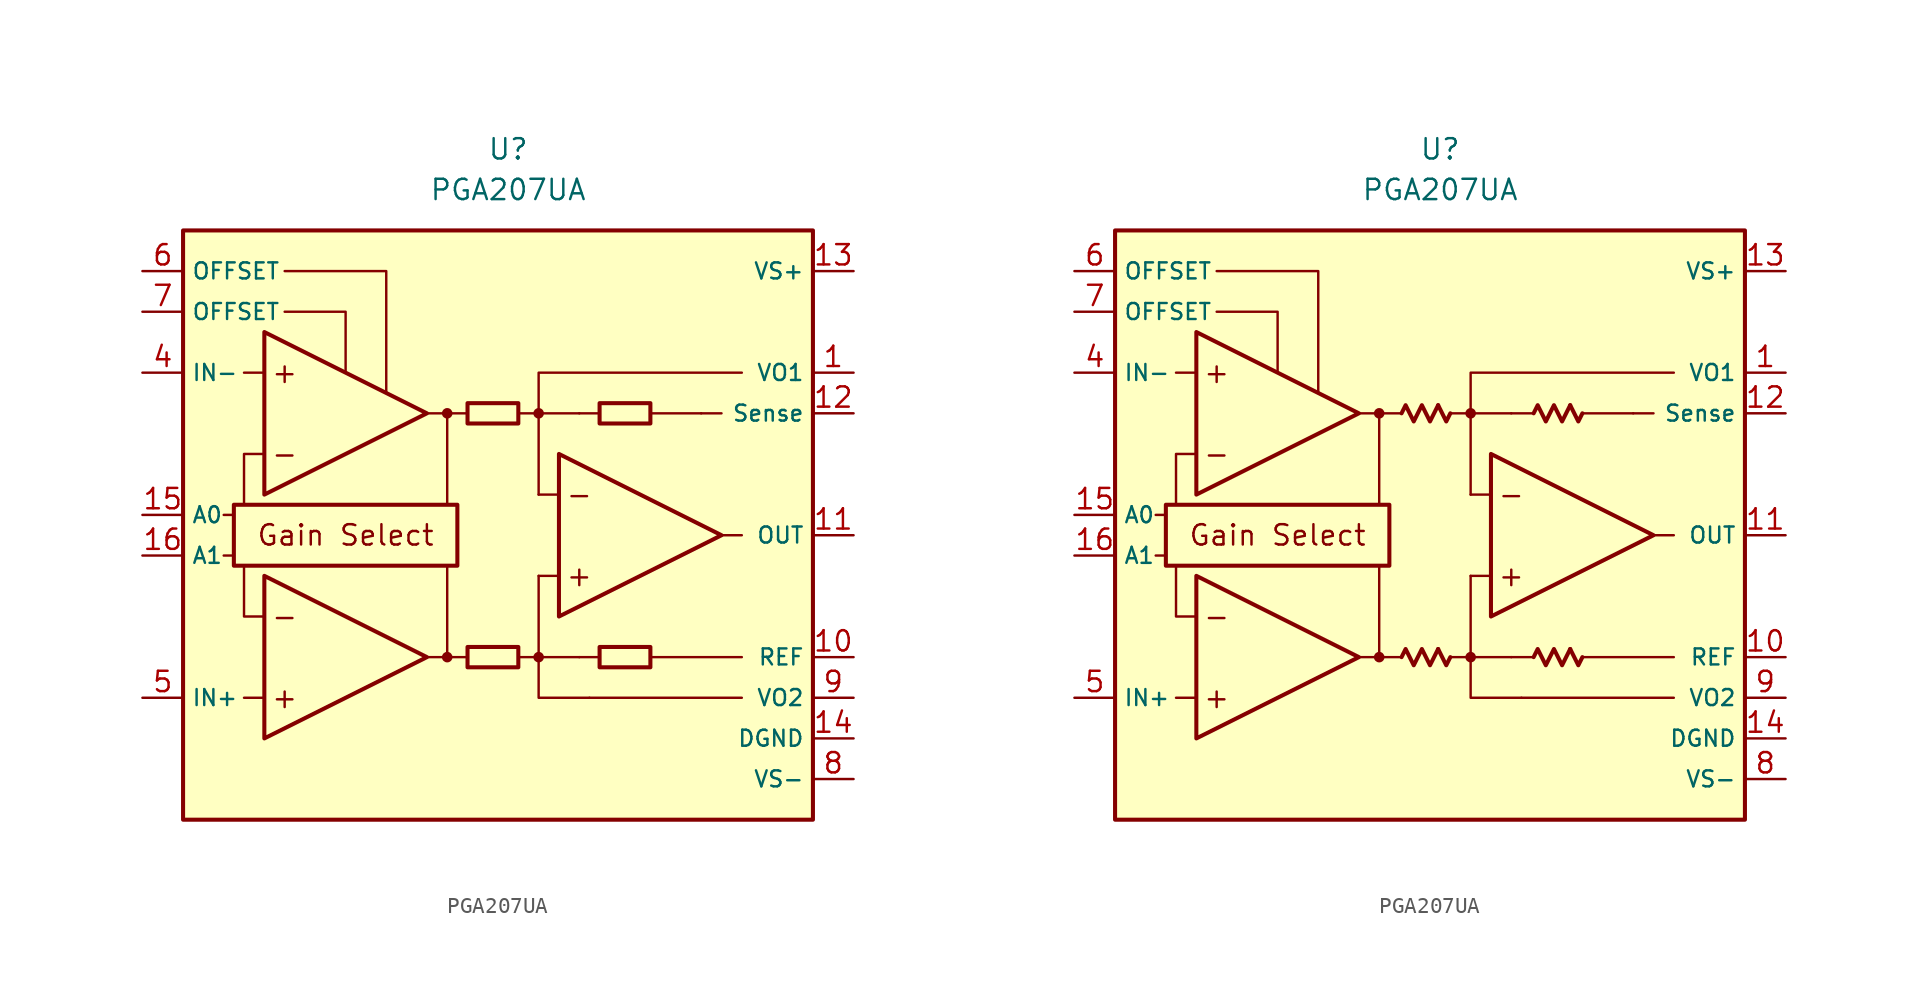
<source format=kicad_sym>
(kicad_symbol_lib
  (version 20231120)
  (generator "kicad_symbol_editor")
  (generator_version "8.0")
  (symbol "PGA207UA"
    (property "Reference" "U"
      (at 0 22.86 0)
      (effects (font (size 1.27 1.27))))
    (property "Value" "PGA207UA"
      (at 0 20.32 0)
      (effects (font (size 1.27 1.27))))
    (symbol "PGA207UA_0_0"
      (rectangle (start -20.32 17.78) (end 19.05 -19.05) (stroke (width 0.254) (type default)) (fill (type background)))
      (rectangle (start -17.145 0.635) (end -3.175 -3.175) (stroke (width 0.254) (type default)) (fill (type none)))
      (circle (center -3.81 -8.89) (radius 0.254) (stroke (width 0.152) (type default)) (fill (type outline)))
      (circle (center -3.81 6.35) (radius 0.254) (stroke (width 0.152) (type default)) (fill (type outline)))
      (polyline (pts (xy -1.27 -8.89)) (stroke (width 0.152) (type default)) (fill (type none)))
      (polyline (pts (xy -1.27 6.35)) (stroke (width 0.152) (type default)) (fill (type none)))
      (polyline (pts (xy 5.715 6.35)) (stroke (width 0.152) (type default)) (fill (type none)))
      (polyline (pts (xy -17.145 -2.54) (xy -17.78 -2.54)) (stroke (width 0.152) (type default)) (fill (type none)))
      (polyline (pts (xy -17.145 0) (xy -17.78 0)) (stroke (width 0.152) (type default)) (fill (type none)))
      (polyline (pts (xy -15.24 -11.43) (xy -16.51 -11.43)) (stroke (width 0.152) (type default)) (fill (type none)))
      (polyline (pts (xy -15.24 8.89) (xy -16.51 8.89)) (stroke (width 0.152) (type default)) (fill (type none)))
      (polyline (pts (xy -5.08 -8.89) (xy -2.54 -8.89)) (stroke (width 0.152) (type default)) (fill (type none)))
      (polyline (pts (xy -5.08 6.35) (xy -2.54 6.35)) (stroke (width 0.152) (type default)) (fill (type none)))
      (polyline (pts (xy -3.81 -8.89) (xy -3.81 -3.175)) (stroke (width 0.152) (type default)) (fill (type none)))
      (polyline (pts (xy -3.81 0.635) (xy -3.81 6.35)) (stroke (width 0.152) (type default)) (fill (type none)))
      (polyline (pts (xy 0.635 -8.89) (xy 1.905 -8.89)) (stroke (width 0.152) (type default)) (fill (type none)))
      (polyline (pts (xy 0.635 6.35) (xy 1.905 6.35)) (stroke (width 0.152) (type default)) (fill (type none)))
      (polyline (pts (xy 3.175 -3.81) (xy 1.905 -3.81)) (stroke (width 0.152) (type default)) (fill (type none)))
      (polyline (pts (xy 3.175 1.27) (xy 1.905 1.27)) (stroke (width 0.152) (type default)) (fill (type none)))
      (polyline (pts (xy 4.445 -8.89) (xy 1.905 -8.89)) (stroke (width 0.152) (type default)) (fill (type none)))
      (polyline (pts (xy 4.445 -8.89) (xy 5.715 -8.89)) (stroke (width 0.152) (type default)) (fill (type none)))
      (polyline (pts (xy 4.445 6.35) (xy 1.905 6.35)) (stroke (width 0.152) (type default)) (fill (type none)))
      (polyline (pts (xy 4.445 6.35) (xy 5.715 6.35)) (stroke (width 0.152) (type default)) (fill (type none)))
      (polyline (pts (xy 8.89 -8.89) (xy 14.605 -8.89)) (stroke (width 0.152) (type default)) (fill (type none)))
      (polyline (pts (xy 8.89 6.35) (xy 12.065 6.35)) (stroke (width 0.152) (type default)) (fill (type none)))
      (polyline (pts (xy 12.065 6.35) (xy 13.335 6.35)) (stroke (width 0.152) (type default)) (fill (type none)))
      (polyline (pts (xy 13.335 -1.27) (xy 14.605 -1.27)) (stroke (width 0.152) (type default)) (fill (type none)))
      (polyline (pts (xy 14.605 -11.43) (xy 5.08 -11.43)) (stroke (width 0.152) (type default)) (fill (type none)))
      (polyline (pts (xy -16.51 -3.175) (xy -16.51 -6.35) (xy -15.24 -6.35)) (stroke (width 0.152) (type default)) (fill (type none)))
      (polyline (pts (xy -15.24 3.81) (xy -16.51 3.81) (xy -16.51 0.635)) (stroke (width 0.152) (type default)) (fill (type none)))
      (polyline (pts (xy -13.97 12.7) (xy -10.16 12.7) (xy -10.16 8.89)) (stroke (width 0.152) (type default)) (fill (type none)))
      (polyline (pts (xy -7.62 7.62) (xy -7.62 15.24) (xy -13.97 15.24)) (stroke (width 0.152) (type default)) (fill (type none)))
      (polyline (pts (xy 1.905 -3.81) (xy 1.905 -11.43) (xy 5.08 -11.43)) (stroke (width 0.152) (type default)) (fill (type none)))
      (polyline (pts (xy 14.605 8.89) (xy 1.905 8.89) (xy 1.905 1.27)) (stroke (width 0.152) (type default)) (fill (type none)))
      (circle (center 1.905 -8.89) (radius 0.254) (stroke (width 0.152) (type default)) (fill (type outline)))
      (circle (center 1.905 6.35) (radius 0.254) (stroke (width 0.152) (type default)) (fill (type outline)))
      (text "+" (at -13.97 -11.43 0) (effects (font (size 1.27 1.27))))
      (text "+" (at -13.97 8.89 0) (effects (font (size 1.27 1.27))))
      (text "+" (at 4.445 -3.81 0) (effects (font (size 1.27 1.27))))
      (text "-" (at -13.97 -6.35 0) (effects (font (size 1.27 1.27))))
      (text "-" (at -13.97 3.81 0) (effects (font (size 1.27 1.27))))
      (text "-" (at 4.445 1.27 0) (effects (font (size 1.27 1.27))))
      (text "Gain Select" (at -10.16 -1.27 0) (effects (font (size 1.27 1.27)))))
    (symbol "PGA207UA_0_1"
      (rectangle (start -2.54 -8.255) (end 0.635 -9.525) (stroke (width 0.254) (type default)) (fill (type none)))
      (rectangle (start -2.54 6.985) (end 0.635 5.715) (stroke (width 0.254) (type default)) (fill (type none)))
      (rectangle (start 5.715 -8.255) (end 8.89 -9.525) (stroke (width 0.254) (type default)) (fill (type none)))
      (rectangle (start 5.715 6.985) (end 8.89 5.715) (stroke (width 0.254) (type default)) (fill (type none))))
    (symbol "PGA207UA_0_2"
      (polyline (pts (xy -0.127 -8.382) (xy 0.381 -9.398) (xy 0.635 -8.89)) (stroke (width 0.254) (type default)) (fill (type none)))
      (polyline (pts (xy -0.127 6.858) (xy 0.381 5.842) (xy 0.635 6.35)) (stroke (width 0.254) (type default)) (fill (type none)))
      (polyline (pts (xy 8.128 -8.382) (xy 8.636 -9.398) (xy 8.89 -8.89)) (stroke (width 0.254) (type default)) (fill (type none)))
      (polyline (pts (xy 8.128 6.858) (xy 8.636 5.842) (xy 8.89 6.35)) (stroke (width 0.254) (type default)) (fill (type none)))
      (polyline (pts (xy -2.413 -8.89) (xy -2.159 -8.382) (xy -1.651 -9.398) (xy -1.143 -8.382) (xy -0.635 -9.398) (xy -0.127 -8.382)) (stroke (width 0.254) (type default)) (fill (type none)))
      (polyline (pts (xy -2.413 6.35) (xy -2.159 6.858) (xy -1.651 5.842) (xy -1.143 6.858) (xy -0.635 5.842) (xy -0.127 6.858)) (stroke (width 0.254) (type default)) (fill (type none)))
      (polyline (pts (xy 5.842 -8.89) (xy 6.096 -8.382) (xy 6.604 -9.398) (xy 7.112 -8.382) (xy 7.62 -9.398) (xy 8.128 -8.382)) (stroke (width 0.254) (type default)) (fill (type none)))
      (polyline (pts (xy 5.842 6.35) (xy 6.096 6.858) (xy 6.604 5.842) (xy 7.112 6.858) (xy 7.62 5.842) (xy 8.128 6.858)) (stroke (width 0.254) (type default)) (fill (type none))))
    (symbol "PGA207UA_1_0"
      (polyline (pts (xy -15.24 -3.81) (xy -15.24 -13.97) (xy -5.08 -8.89) (xy -15.24 -3.81)) (stroke (width 0.254) (type default)) (fill (type background)))
      (polyline (pts (xy -15.24 11.43) (xy -15.24 1.27) (xy -5.08 6.35) (xy -15.24 11.43)) (stroke (width 0.254) (type default)) (fill (type background)))
      (polyline (pts (xy 3.175 3.81) (xy 3.175 -6.35) (xy 13.335 -1.27) (xy 3.175 3.81)) (stroke (width 0.254) (type default)) (fill (type background))))
    (symbol "PGA207UA_1_1"
      (pin passive line (at 21.59 8.89 180) (length 2.54) (name "VO1" (effects (font (size 1 1)))) (number "1" (effects (font (size 1.27 1.27)))))
      (pin passive line (at 21.59 -8.89 180) (length 2.54) (name "REF" (effects (font (size 1 1)))) (number "10" (effects (font (size 1.27 1.27)))))
      (pin output line (at 21.59 -1.27 180) (length 2.54) (name "OUT" (effects (font (size 1 1)))) (number "11" (effects (font (size 1.27 1.27)))))
      (pin passive line (at 21.59 6.35 180) (length 2.54) (name "Sense" (effects (font (size 1 1)))) (number "12" (effects (font (size 1.27 1.27)))))
      (pin power_in line (at 21.59 15.24 180) (length 2.54) (name "VS+" (effects (font (size 1 1)))) (number "13" (effects (font (size 1.27 1.27)))))
      (pin power_in line (at 21.59 -13.97 180) (length 2.54) (name "DGND" (effects (font (size 1 1)))) (number "14" (effects (font (size 1.27 1.27)))))
      (pin input line (at -22.86 0 0) (length 2.54) (name "A0" (effects (font (size 1 1)))) (number "15" (effects (font (size 1.27 1.27)))))
      (pin input line (at -22.86 -2.54 0) (length 2.54) (name "A1" (effects (font (size 1 1)))) (number "16" (effects (font (size 1.27 1.27)))))
      (pin free line (at -1.27 -12.7 0) (length 2.54) hide (name "NC" (effects (font (size 1.27 1.27)))) (number "2" (effects (font (size 1.27 1.27)))))
      (pin free line (at -1.27 -15.24 0) (length 2.54) hide (name "NC" (effects (font (size 1.27 1.27)))) (number "3" (effects (font (size 1.27 1.27)))))
      (pin input line (at -22.86 8.89 0) (length 2.54) (name "IN-" (effects (font (size 1 1)))) (number "4" (effects (font (size 1.27 1.27)))))
      (pin input line (at -22.86 -11.43 0) (length 2.54) (name "IN+" (effects (font (size 1 1)))) (number "5" (effects (font (size 1.27 1.27)))))
      (pin passive line (at -22.86 15.24 0) (length 2.54) (name "OFFSET" (effects (font (size 1 1)))) (number "6" (effects (font (size 1.27 1.27)))))
      (pin passive line (at -22.86 12.7 0) (length 2.54) (name "OFFSET" (effects (font (size 1 1)))) (number "7" (effects (font (size 1.27 1.27)))))
      (pin power_in line (at 21.59 -16.51 180) (length 2.54) (name "VS-" (effects (font (size 1 1)))) (number "8" (effects (font (size 1.27 1.27)))))
      (pin passive line (at 21.59 -11.43 180) (length 2.54) (name "VO2" (effects (font (size 1 1)))) (number "9" (effects (font (size 1.27 1.27))))))
    (symbol "PGA207UA_1_2"
      (pin passive line (at 21.59 8.89 180) (length 2.54) (name "VO1" (effects (font (size 1 1)))) (number "1" (effects (font (size 1.27 1.27)))))
      (pin passive line (at 21.59 -8.89 180) (length 2.54) (name "REF" (effects (font (size 1 1)))) (number "10" (effects (font (size 1.27 1.27)))))
      (pin output line (at 21.59 -1.27 180) (length 2.54) (name "OUT" (effects (font (size 1 1)))) (number "11" (effects (font (size 1.27 1.27)))))
      (pin passive line (at 21.59 6.35 180) (length 2.54) (name "Sense" (effects (font (size 1 1)))) (number "12" (effects (font (size 1.27 1.27)))))
      (pin power_in line (at 21.59 15.24 180) (length 2.54) (name "VS+" (effects (font (size 1 1)))) (number "13" (effects (font (size 1.27 1.27)))))
      (pin power_in line (at 21.59 -13.97 180) (length 2.54) (name "DGND" (effects (font (size 1 1)))) (number "14" (effects (font (size 1.27 1.27)))))
      (pin input line (at -22.86 0 0) (length 2.54) (name "A0" (effects (font (size 1 1)))) (number "15" (effects (font (size 1.27 1.27)))))
      (pin input line (at -22.86 -2.54 0) (length 2.54) (name "A1" (effects (font (size 1 1)))) (number "16" (effects (font (size 1.27 1.27)))))
      (pin no_connect line (at -1.27 -12.7 0) (length 2.54) hide (name "NC" (effects (font (size 1.27 1.27)))) (number "2" (effects (font (size 1.27 1.27)))))
      (pin no_connect line (at -1.27 -15.24 0) (length 2.54) hide (name "NC" (effects (font (size 1.27 1.27)))) (number "3" (effects (font (size 1.27 1.27)))))
      (pin input line (at -22.86 8.89 0) (length 2.54) (name "IN-" (effects (font (size 1 1)))) (number "4" (effects (font (size 1.27 1.27)))))
      (pin input line (at -22.86 -11.43 0) (length 2.54) (name "IN+" (effects (font (size 1 1)))) (number "5" (effects (font (size 1.27 1.27)))))
      (pin passive line (at -22.86 15.24 0) (length 2.54) (name "OFFSET" (effects (font (size 1 1)))) (number "6" (effects (font (size 1.27 1.27)))))
      (pin passive line (at -22.86 12.7 0) (length 2.54) (name "OFFSET" (effects (font (size 1 1)))) (number "7" (effects (font (size 1.27 1.27)))))
      (pin power_in line (at 21.59 -16.51 180) (length 2.54) (name "VS-" (effects (font (size 1 1)))) (number "8" (effects (font (size 1.27 1.27)))))
      (pin passive line (at 21.59 -11.43 180) (length 2.54) (name "VO2" (effects (font (size 1 1)))) (number "9" (effects (font (size 1.27 1.27))))))))
</source>
